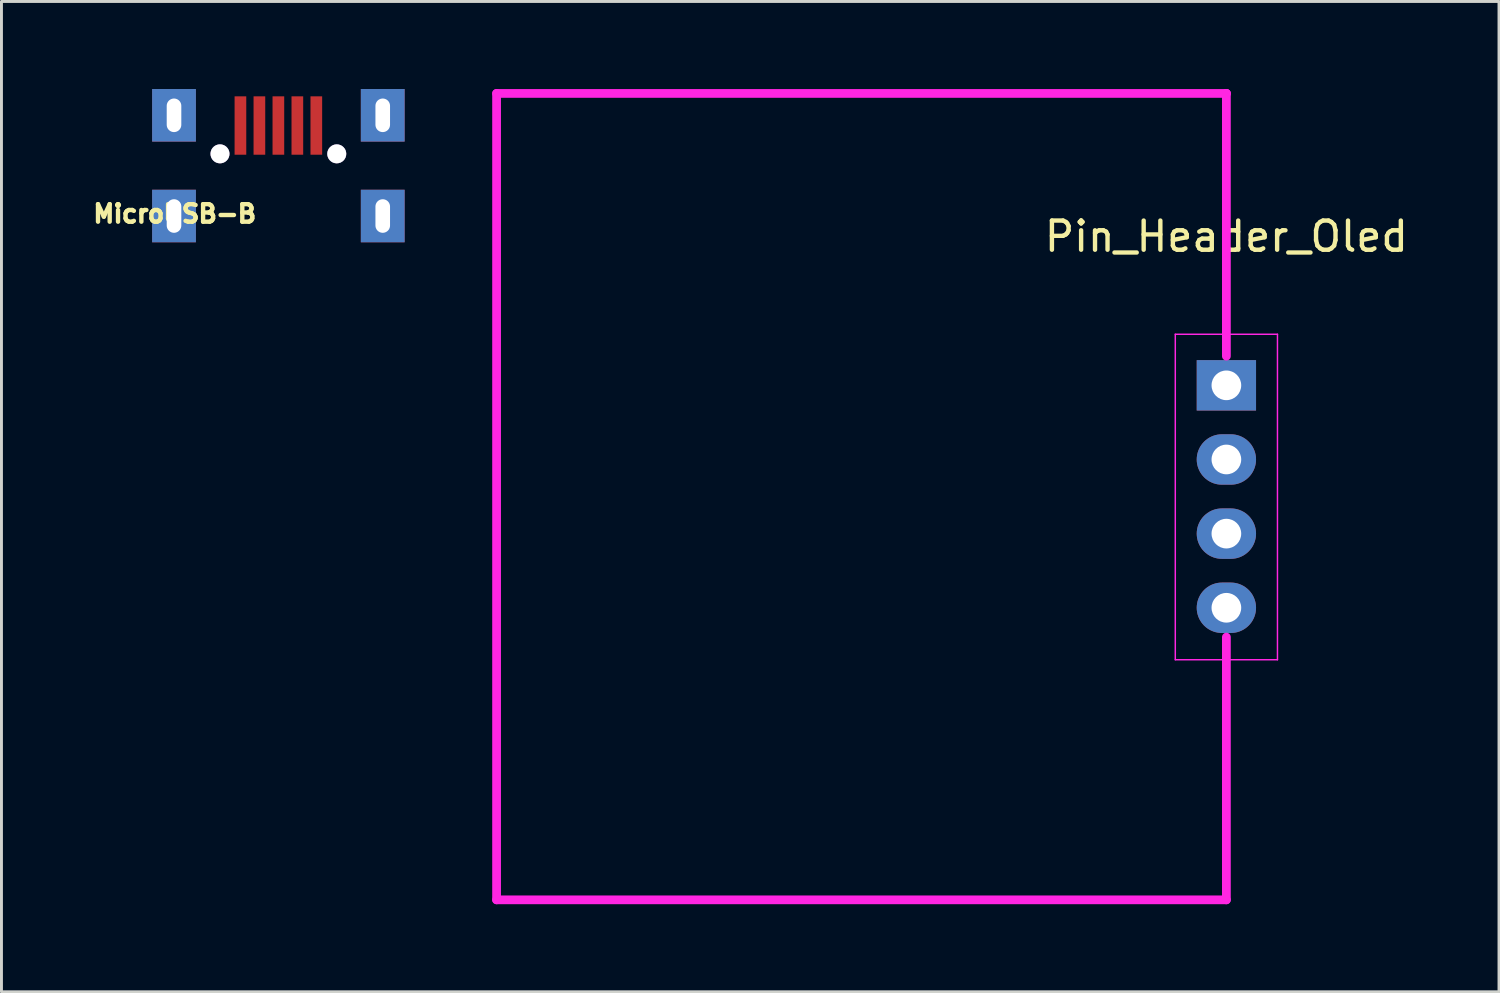
<source format=kicad_pcb>
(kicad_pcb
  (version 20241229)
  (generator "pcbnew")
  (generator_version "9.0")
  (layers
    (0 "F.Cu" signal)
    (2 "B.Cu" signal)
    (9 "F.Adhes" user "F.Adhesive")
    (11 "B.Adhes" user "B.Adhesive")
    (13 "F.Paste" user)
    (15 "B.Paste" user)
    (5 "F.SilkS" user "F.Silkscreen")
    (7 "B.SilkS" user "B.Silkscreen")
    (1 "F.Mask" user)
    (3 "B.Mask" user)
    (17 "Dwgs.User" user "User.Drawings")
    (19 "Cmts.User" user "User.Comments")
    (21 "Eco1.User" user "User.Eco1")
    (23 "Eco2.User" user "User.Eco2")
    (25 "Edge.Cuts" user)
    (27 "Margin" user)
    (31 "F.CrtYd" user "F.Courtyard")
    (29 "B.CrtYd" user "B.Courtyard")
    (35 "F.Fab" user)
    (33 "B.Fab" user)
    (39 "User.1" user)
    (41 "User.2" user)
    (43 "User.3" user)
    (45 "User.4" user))
  (footprint "Pin_Header_Oled"
    (layer "F.Cu")
    (at 38.961 10.15)
    (property "Reference" "Pin_Header_Oled" (at 0 -5.1 0) (layer "F.SilkS") (effects (font (size 1 1) (thickness 0.15))))
    (attr through_hole)
    (fp_line (start -25 -10) (end -25 17.625) (stroke (width 0.3) (type solid)) (layer "F.CrtYd"))
    (fp_line (start -1.75 -1.75) (end -1.75 9.4) (stroke (width 0.05) (type solid)) (layer "F.CrtYd"))
    (fp_line (start -1.75 -1.75) (end 1.75 -1.75) (stroke (width 0.05) (type solid)) (layer "F.CrtYd"))
    (fp_line (start -1.75 9.4) (end 1.75 9.4) (stroke (width 0.05) (type solid)) (layer "F.CrtYd"))
    (fp_line (start 0 -10) (end -25 -10) (stroke (width 0.3) (type solid)) (layer "F.CrtYd"))
    (fp_line (start 0 -10) (end 0 -10) (stroke (width 0.3) (type solid)) (layer "F.CrtYd"))
    (fp_line (start 0 -1) (end 0 -10) (stroke (width 0.3) (type solid)) (layer "F.CrtYd"))
    (fp_line (start 0 17.625) (end -25 17.625) (stroke (width 0.3) (type solid)) (layer "F.CrtYd"))
    (fp_line (start 0 17.625) (end 0 8.625) (stroke (width 0.3) (type solid)) (layer "F.CrtYd"))
    (fp_line (start 1.75 -1.75) (end 1.75 9.4) (stroke (width 0.05) (type solid)) (layer "F.CrtYd"))
    (pad "1" thru_hole rect (at 0 0) (size 2.032 1.727) (drill 1.016) (layers "*.Cu" "*.Mask"))
    (pad "2" thru_hole oval (at 0 2.54) (size 2.032 1.727) (drill 1.016) (layers "*.Cu" "*.Mask"))
    (pad "3" thru_hole oval (at 0 5.08) (size 2.032 1.727) (drill 1.016) (layers "*.Cu" "*.Mask"))
    (pad "4" thru_hole oval (at 0 7.62) (size 2.032 1.727) (drill 1.016) (layers "*.Cu" "*.Mask")))
  (footprint "MicroUSB-B"
    (layer "F.Cu")
    (at 2.911 4.35)
    (property "Reference" "MicroUSB-B" (at 0.025 -0.076 0) (layer "F.SilkS") (effects (font (size 0.6 0.6) (thickness 0.15))))
    (attr smd)
    (pad "1" smd rect (at 2.275 -3.1 90) (size 2 0.4) (layers "F.Cu" "F.Mask" "F.Paste"))
    (pad "2" smd rect (at 2.925 -3.1 90) (size 2 0.4) (layers "F.Cu" "F.Mask" "F.Paste"))
    (pad "3" smd rect (at 3.575 -3.1 90) (size 2 0.4) (layers "F.Cu" "F.Mask" "F.Paste"))
    (pad "4" smd rect (at 4.225 -3.1 90) (size 2 0.4) (layers "F.Cu" "F.Mask" "F.Paste"))
    (pad "5" thru_hole trapezoid (at 0 -3.45 90) (size 1.8 1.5) (drill oval 1.15 0.5) (layers "*.Cu" "*.Mask"))
    (pad "5" thru_hole trapezoid (at 0 0 90) (size 1.8 1.5) (drill oval 1.15 0.5) (layers "*.Cu" "*.Mask"))
    (pad "5" smd rect (at 4.875 -3.1 90) (size 2 0.4) (layers "F.Cu" "F.Mask" "F.Paste"))
    (pad "5" thru_hole trapezoid (at 7.15 -3.45 90) (size 1.8 1.5) (drill oval 1.15 0.5) (layers "*.Cu" "*.Mask"))
    (pad "5" thru_hole trapezoid (at 7.15 0 90) (size 1.8 1.5) (drill oval 1.15 0.5) (layers "*.Cu" "*.Mask"))
    (pad "7" thru_hole circle (at 1.575 -2.13) (size 0.65 0.65) (drill 0.65) (layers "*.Cu" "*.Mask"))
    (pad "7" thru_hole circle (at 5.575 -2.13) (size 0.65 0.65) (drill 0.65) (layers "*.Cu" "*.Mask")))
  (gr_rect
    (start -3 -3)
    (end 48.3 30.925)
    (stroke (width 0.1) (type default))
    (fill no)
    (layer "Edge.Cuts")))
</source>
